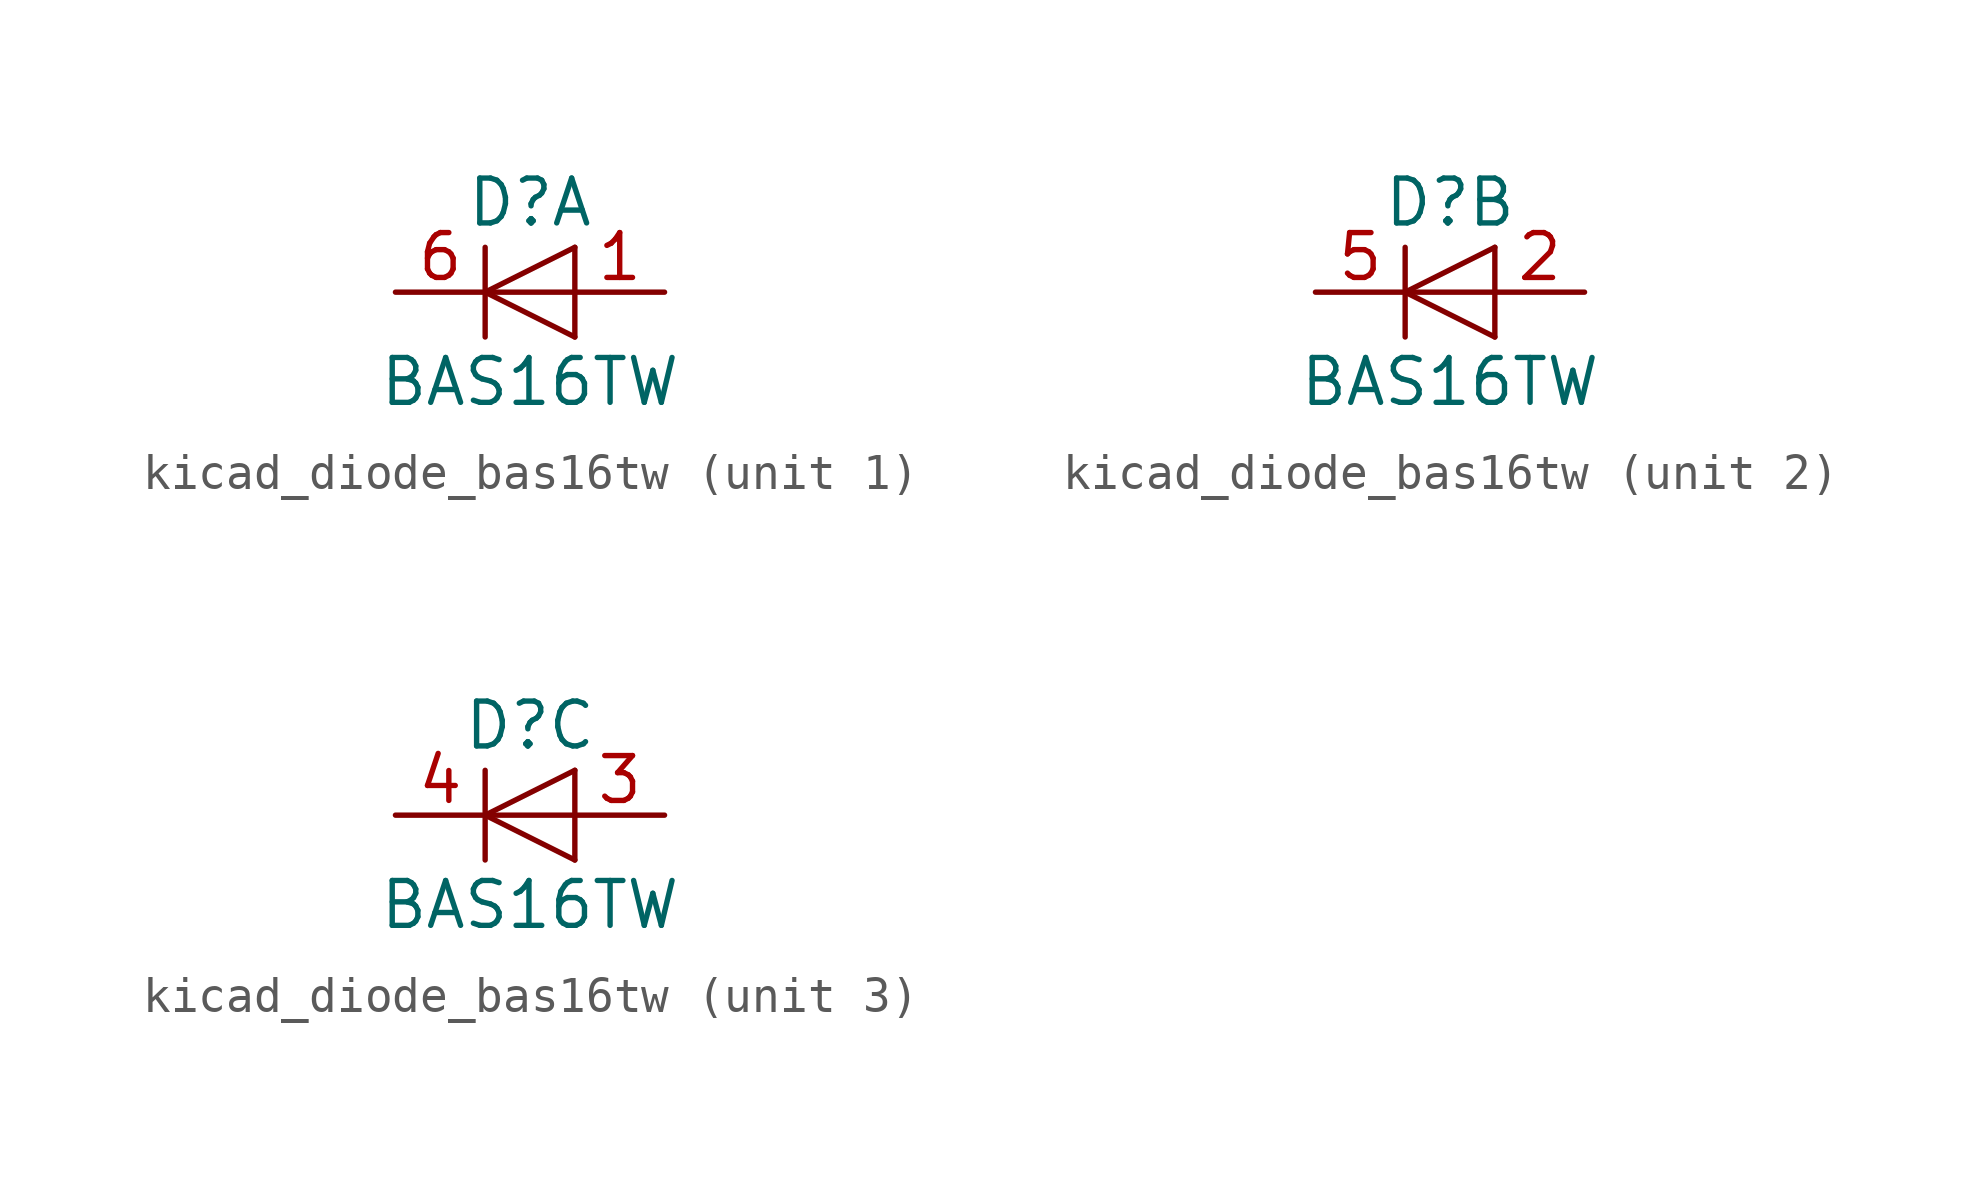
<source format=kicad_sym>
(kicad_symbol_lib
  (version 20220914)
  (generator kicad_symbol_editor)
  (symbol "kicad_diode_bas16tw"
    (pin_names
      (offset 1.016) hide)
    (property "Reference" "D"
      (at 0 2.54 0)
      (effects (font (size 1.27 1.27))))
    (property "Value" "BAS16TW"
      (at 0 -2.54 0)
      (effects (font (size 1.27 1.27))))
    (symbol "kicad_diode_bas16tw_0_1"
      (polyline (pts (xy -1.27 1.27) (xy -1.27 -1.27)) (stroke (width 0.152) (type default)) (fill (type none)))
      (polyline (pts (xy 1.27 0) (xy -1.27 0)) (stroke (width 0) (type default)) (fill (type none)))
      (polyline (pts (xy 1.27 1.27) (xy 1.27 -1.27)) (stroke (width 0) (type default)) (fill (type none)))
      (polyline (pts (xy 1.27 1.27) (xy -1.27 0) (xy 1.27 -1.27)) (stroke (width 0) (type default)) (fill (type none))))
    (symbol "kicad_diode_bas16tw_1_1"
      (pin passive line (at 3.81 0 180) (length 2.54) (name "A" (effects (font (size 1.27 1.27)))) (number "1" (effects (font (size 1.27 1.27)))))
      (pin passive line (at -3.81 0 0) (length 2.54) (name "K" (effects (font (size 1.27 1.27)))) (number "6" (effects (font (size 1.27 1.27))))))
    (symbol "kicad_diode_bas16tw_2_1"
      (pin passive line (at 3.81 0 180) (length 2.54) (name "A" (effects (font (size 1.27 1.27)))) (number "2" (effects (font (size 1.27 1.27)))))
      (pin passive line (at -3.81 0 0) (length 2.54) (name "K" (effects (font (size 1.27 1.27)))) (number "5" (effects (font (size 1.27 1.27))))))
    (symbol "kicad_diode_bas16tw_3_1"
      (pin passive line (at 3.81 0 180) (length 2.54) (name "A" (effects (font (size 1.27 1.27)))) (number "3" (effects (font (size 1.27 1.27)))))
      (pin passive line (at -3.81 0 0) (length 2.54) (name "K" (effects (font (size 1.27 1.27)))) (number "4" (effects (font (size 1.27 1.27))))))))
</source>
